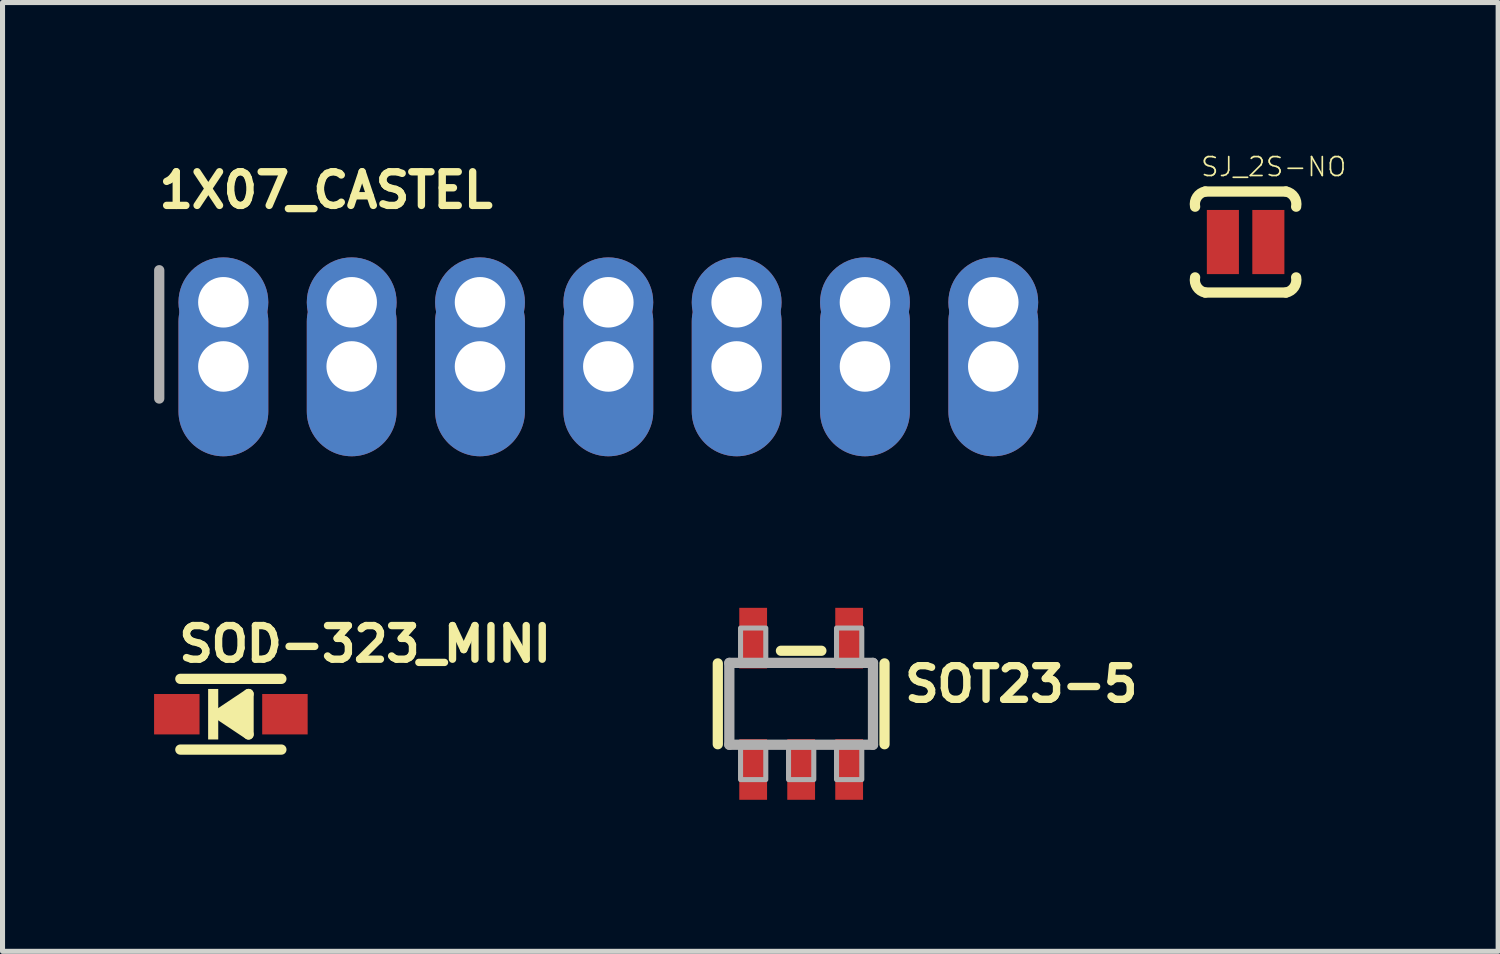
<source format=kicad_pcb>
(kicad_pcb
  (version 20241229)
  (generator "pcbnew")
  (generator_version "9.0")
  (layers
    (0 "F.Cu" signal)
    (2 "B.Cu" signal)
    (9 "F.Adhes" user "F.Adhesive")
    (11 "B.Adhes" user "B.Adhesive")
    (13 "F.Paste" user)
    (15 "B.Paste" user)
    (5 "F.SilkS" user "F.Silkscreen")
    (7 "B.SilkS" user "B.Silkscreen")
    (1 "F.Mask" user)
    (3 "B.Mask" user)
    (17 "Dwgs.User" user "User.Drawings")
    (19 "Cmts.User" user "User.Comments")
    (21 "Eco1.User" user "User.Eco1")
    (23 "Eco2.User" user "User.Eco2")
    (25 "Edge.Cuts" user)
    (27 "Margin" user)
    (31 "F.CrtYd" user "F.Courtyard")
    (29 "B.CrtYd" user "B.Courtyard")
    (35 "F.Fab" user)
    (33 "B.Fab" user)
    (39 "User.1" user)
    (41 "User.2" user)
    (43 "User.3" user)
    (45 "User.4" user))
  (footprint "1X07_CASTEL"
    (layer "F.Cu")
    (at 8.992 2.934)
    (property "Reference" "1X07_CASTEL" (at -8.966 -1.829 0) (layer "F.SilkS") (effects (font (size 0.666 0.666) (thickness 0.146)) (justify left bottom)))
    (fp_line (start -8.89 -0.635) (end -8.89 1.905) (stroke (width 0.203) (type solid)) (layer "F.Fab"))
    (fp_poly (pts (xy -7.874 0.254) (xy -7.366 0.254) (xy -7.366 -0.254) (xy -7.874 -0.254)) (stroke (width 0.1) (type default)) (fill no) (layer "F.Fab"))
    (fp_poly (pts (xy -7.874 1.524) (xy -7.366 1.524) (xy -7.366 1.016) (xy -7.874 1.016)) (stroke (width 0.1) (type default)) (fill no) (layer "F.Fab"))
    (fp_poly (pts (xy -5.334 0.254) (xy -4.826 0.254) (xy -4.826 -0.254) (xy -5.334 -0.254)) (stroke (width 0.1) (type default)) (fill no) (layer "F.Fab"))
    (fp_poly (pts (xy -5.334 1.524) (xy -4.826 1.524) (xy -4.826 1.016) (xy -5.334 1.016)) (stroke (width 0.1) (type default)) (fill no) (layer "F.Fab"))
    (fp_poly (pts (xy -2.794 0.254) (xy -2.286 0.254) (xy -2.286 -0.254) (xy -2.794 -0.254)) (stroke (width 0.1) (type default)) (fill no) (layer "F.Fab"))
    (fp_poly (pts (xy -2.794 1.524) (xy -2.286 1.524) (xy -2.286 1.016) (xy -2.794 1.016)) (stroke (width 0.1) (type default)) (fill no) (layer "F.Fab"))
    (fp_poly (pts (xy -0.254 0.254) (xy 0.254 0.254) (xy 0.254 -0.254) (xy -0.254 -0.254)) (stroke (width 0.1) (type default)) (fill no) (layer "F.Fab"))
    (fp_poly (pts (xy -0.254 1.524) (xy 0.254 1.524) (xy 0.254 1.016) (xy -0.254 1.016)) (stroke (width 0.1) (type default)) (fill no) (layer "F.Fab"))
    (fp_poly (pts (xy 2.286 0.254) (xy 2.794 0.254) (xy 2.794 -0.254) (xy 2.286 -0.254)) (stroke (width 0.1) (type default)) (fill no) (layer "F.Fab"))
    (fp_poly (pts (xy 2.286 1.524) (xy 2.794 1.524) (xy 2.794 1.016) (xy 2.286 1.016)) (stroke (width 0.1) (type default)) (fill no) (layer "F.Fab"))
    (fp_poly (pts (xy 4.826 0.254) (xy 5.334 0.254) (xy 5.334 -0.254) (xy 4.826 -0.254)) (stroke (width 0.1) (type default)) (fill no) (layer "F.Fab"))
    (fp_poly (pts (xy 4.826 1.524) (xy 5.334 1.524) (xy 5.334 1.016) (xy 4.826 1.016)) (stroke (width 0.1) (type default)) (fill no) (layer "F.Fab"))
    (fp_poly (pts (xy 7.366 0.254) (xy 7.874 0.254) (xy 7.874 -0.254) (xy 7.366 -0.254)) (stroke (width 0.1) (type default)) (fill no) (layer "F.Fab"))
    (fp_poly (pts (xy 7.366 1.524) (xy 7.874 1.524) (xy 7.874 1.016) (xy 7.366 1.016)) (stroke (width 0.1) (type default)) (fill no) (layer "F.Fab"))
    (pad "1" thru_hole circle (at -7.62 0 90) (size 1.778 1.778) (drill 1) (layers "*.Cu" "*.Mask"))
    (pad "1C" thru_hole oval (at -7.62 1.27 90) (size 3.556 1.778) (drill 1) (layers "*.Cu" "*.Mask"))
    (pad "2" thru_hole circle (at -5.08 0 90) (size 1.778 1.778) (drill 1) (layers "*.Cu" "*.Mask"))
    (pad "2C" thru_hole oval (at -5.08 1.27 90) (size 3.556 1.778) (drill 1) (layers "*.Cu" "*.Mask"))
    (pad "3" thru_hole circle (at -2.54 0 90) (size 1.778 1.778) (drill 1) (layers "*.Cu" "*.Mask"))
    (pad "3C" thru_hole oval (at -2.54 1.27 90) (size 3.556 1.778) (drill 1) (layers "*.Cu" "*.Mask"))
    (pad "4" thru_hole circle (at 0 0 90) (size 1.778 1.778) (drill 1) (layers "*.Cu" "*.Mask"))
    (pad "4C" thru_hole oval (at 0 1.27 90) (size 3.556 1.778) (drill 1) (layers "*.Cu" "*.Mask"))
    (pad "5" thru_hole circle (at 2.54 0 90) (size 1.778 1.778) (drill 1) (layers "*.Cu" "*.Mask"))
    (pad "5C" thru_hole oval (at 2.54 1.27 90) (size 3.556 1.778) (drill 1) (layers "*.Cu" "*.Mask"))
    (pad "6" thru_hole circle (at 5.08 0 90) (size 1.778 1.778) (drill 1) (layers "*.Cu" "*.Mask"))
    (pad "6C" thru_hole oval (at 5.08 1.27 90) (size 3.556 1.778) (drill 1) (layers "*.Cu" "*.Mask"))
    (pad "7" thru_hole circle (at 7.62 0 90) (size 1.778 1.778) (drill 1) (layers "*.Cu" "*.Mask"))
    (pad "7C" thru_hole oval (at 7.62 1.27 90) (size 3.556 1.778) (drill 1) (layers "*.Cu" "*.Mask")))
  (footprint "SOD-323_MINI"
    (layer "F.Cu")
    (at 1.52 11.088)
    (property "Reference" "SOD-323_MINI" (at -1.1 -1 0) (layer "F.SilkS") (effects (font (size 0.666 0.666) (thickness 0.146)) (justify left bottom)))
    (fp_line (start -1 -0.7) (end 1 -0.7) (stroke (width 0.203) (type solid)) (layer "F.SilkS"))
    (fp_line (start -0.25 0) (end 0.35 -0.4) (stroke (width 0.203) (type solid)) (layer "F.SilkS"))
    (fp_line (start 0.35 -0.4) (end 0.35 0.4) (stroke (width 0.203) (type solid)) (layer "F.SilkS"))
    (fp_line (start 0.35 0.4) (end -0.25 0) (stroke (width 0.203) (type solid)) (layer "F.SilkS"))
    (fp_line (start 1 0.7) (end -1 0.7) (stroke (width 0.203) (type solid)) (layer "F.SilkS"))
    (fp_poly (pts (xy 0.302 0.39) (xy -0.283 0) (xy 0.302 -0.39)) (stroke (width 0) (type default)) (fill yes) (layer "F.SilkS"))
    (fp_poly (pts (xy -0.45 0.5) (xy -0.25 0.5) (xy -0.25 -0.5) (xy -0.45 -0.5)) (stroke (width 0) (type default)) (fill yes) (layer "F.SilkS"))
    (pad "A" smd rect (at 1.07 0) (size 0.9 0.8) (layers "F.Cu" "F.Mask" "F.Paste"))
    (pad "C" smd rect (at -1.07 0) (size 0.9 0.8) (layers "F.Cu" "F.Mask" "F.Paste")))
  (footprint "SJ_2S-NO"
    (layer "F.Cu")
    (at 21.607 1.741)
    (property "Reference" "SJ_2S-NO" (at -0.908 -1.27 0) (layer "F.SilkS") (effects (font (size 0.374 0.374) (thickness 0.033)) (justify left bottom)))
    (fp_line (start -0.8 -1) (end 0.8 -1) (stroke (width 0.203) (type solid)) (layer "F.SilkS"))
    (fp_line (start 0.8 1) (end -0.8 1) (stroke (width 0.203) (type solid)) (layer "F.SilkS"))
    (fp_arc (start -1 -0.7) (mid -0.962132 -0.891421) (end -0.8 -1) (stroke (width 0.2032) (type solid)) (layer "F.SilkS"))
    (fp_arc (start -0.8 1) (mid -0.962132 0.891421) (end -1 0.7) (stroke (width 0.2032) (type solid)) (layer "F.SilkS"))
    (fp_arc (start 0.8 -1) (mid 0.962132 -0.891421) (end 1 -0.7) (stroke (width 0.2032) (type solid)) (layer "F.SilkS"))
    (fp_arc (start 1 0.7) (mid 0.962132 0.891421) (end 0.8 1) (stroke (width 0.2032) (type solid)) (layer "F.SilkS"))
    (pad "1" smd rect (at -0.45 0) (size 0.635 1.27) (layers "F.Cu" "F.Mask"))
    (pad "2" smd rect (at 0.45 0) (size 0.635 1.27) (layers "F.Cu" "F.Mask")))
  (footprint "SOT23-5"
    (layer "F.Cu")
    (at 12.809 10.882)
    (property "Reference" "SOT23-5" (at 1.978 0 0) (layer "F.SilkS") (effects (font (size 0.666 0.666) (thickness 0.146)) (justify left bottom)))
    (fp_line (start -1.65 -0.8) (end -1.65 0.8) (stroke (width 0.203) (type solid)) (layer "F.SilkS"))
    (fp_line (start -0.4 -1.05) (end 0.4 -1.05) (stroke (width 0.203) (type solid)) (layer "F.SilkS"))
    (fp_line (start 1.65 -0.8) (end 1.65 0.8) (stroke (width 0.203) (type solid)) (layer "F.SilkS"))
    (fp_line (start -1.422 -0.81) (end 1.422 -0.81) (stroke (width 0.203) (type solid)) (layer "F.Fab"))
    (fp_line (start -1.422 0.81) (end -1.422 -0.81) (stroke (width 0.203) (type solid)) (layer "F.Fab"))
    (fp_line (start 1.422 -0.81) (end 1.422 0.81) (stroke (width 0.203) (type solid)) (layer "F.Fab"))
    (fp_line (start 1.422 0.81) (end -1.422 0.81) (stroke (width 0.203) (type solid)) (layer "F.Fab"))
    (fp_poly (pts (xy -1.2 -0.85) (xy -0.7 -0.85) (xy -0.7 -1.5) (xy -1.2 -1.5)) (stroke (width 0.1) (type default)) (fill no) (layer "F.Fab"))
    (fp_poly (pts (xy -1.2 1.5) (xy -0.7 1.5) (xy -0.7 0.85) (xy -1.2 0.85)) (stroke (width 0.1) (type default)) (fill no) (layer "F.Fab"))
    (fp_poly (pts (xy -0.25 1.5) (xy 0.25 1.5) (xy 0.25 0.85) (xy -0.25 0.85)) (stroke (width 0.1) (type default)) (fill no) (layer "F.Fab"))
    (fp_poly (pts (xy 0.7 -0.85) (xy 1.2 -0.85) (xy 1.2 -1.5) (xy 0.7 -1.5)) (stroke (width 0.1) (type default)) (fill no) (layer "F.Fab"))
    (fp_poly (pts (xy 0.7 1.5) (xy 1.2 1.5) (xy 1.2 0.85) (xy 0.7 0.85)) (stroke (width 0.1) (type default)) (fill no) (layer "F.Fab"))
    (pad "1" smd rect (at -0.95 1.3) (size 0.55 1.2) (layers "F.Cu" "F.Mask" "F.Paste"))
    (pad "2" smd rect (at 0 1.3) (size 0.55 1.2) (layers "F.Cu" "F.Mask" "F.Paste"))
    (pad "3" smd rect (at 0.95 1.3) (size 0.55 1.2) (layers "F.Cu" "F.Mask" "F.Paste"))
    (pad "4" smd rect (at 0.95 -1.3) (size 0.55 1.2) (layers "F.Cu" "F.Mask" "F.Paste"))
    (pad "5" smd rect (at -0.95 -1.3) (size 0.55 1.2) (layers "F.Cu" "F.Mask" "F.Paste")))
  (gr_rect
    (start -3 -3)
    (end 26.606 15.782)
    (stroke (width 0.1) (type default))
    (fill no)
    (layer "Edge.Cuts")))
</source>
